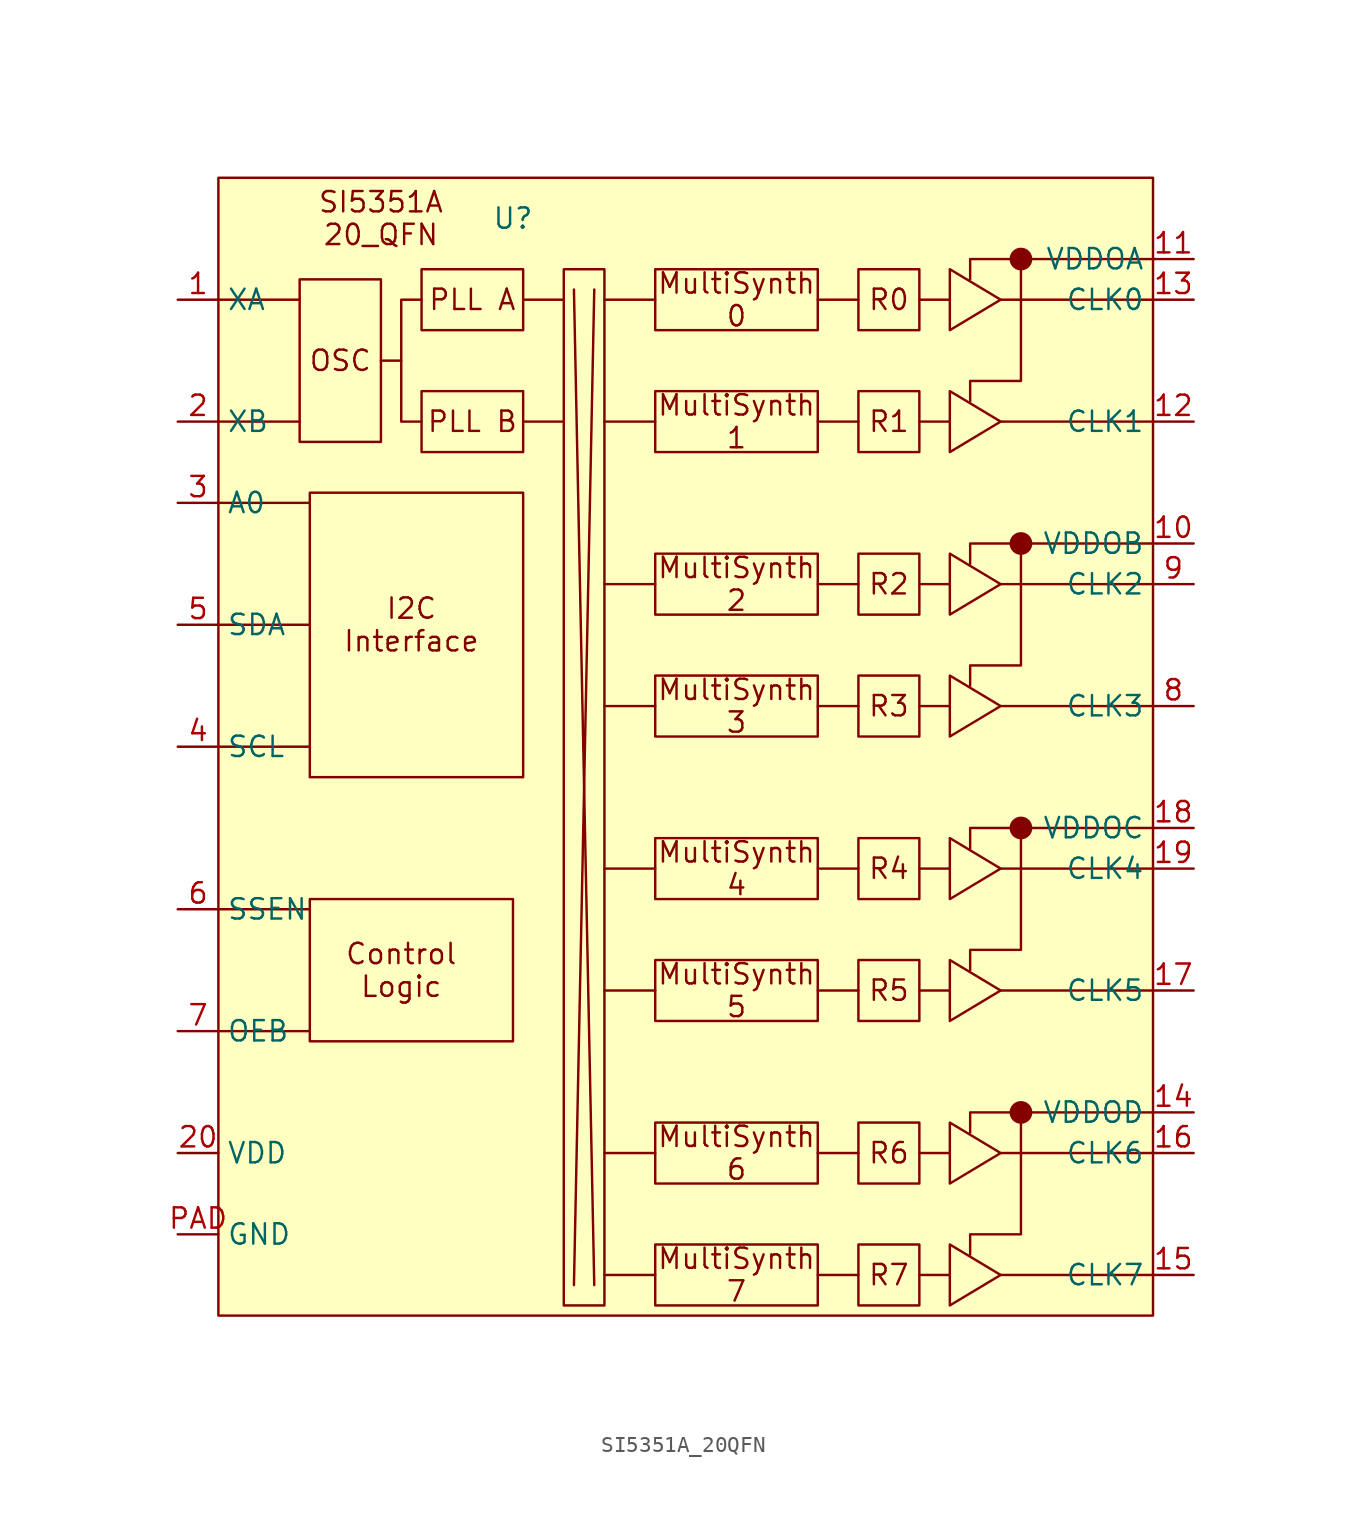
<source format=kicad_sym>
(kicad_symbol_lib
  (version 20220914)
  (generator kicad_symbol_editor)
  (symbol "SI5351A_20QFN"
    (property "Reference" "U"
      (at -4.445 10.16 0)
      (effects (font (size 1.27 1.27))))
    (symbol "SI5351A_20QFN_0_1"
      (polyline (pts (xy 24.13 -46.99) (xy 24.13 -45.72) (xy 35.56 -45.72)) (stroke (width 0) (type default)) (fill (type none)))
      (polyline (pts (xy 24.13 -29.21) (xy 24.13 -27.94) (xy 35.56 -27.94)) (stroke (width 0) (type default)) (fill (type none)))
      (polyline (pts (xy 24.13 -11.43) (xy 24.13 -10.16) (xy 35.56 -10.16)) (stroke (width 0) (type default)) (fill (type none)))
      (polyline (pts (xy 24.13 6.35) (xy 24.13 7.62) (xy 35.56 7.62)) (stroke (width 0) (type default)) (fill (type none)))
      (polyline (pts (xy -10.16 5.08) (xy -11.43 5.08) (xy -11.43 -2.54) (xy -10.16 -2.54)) (stroke (width 0) (type default)) (fill (type none)))
      (polyline (pts (xy 27.305 -45.72) (xy 27.305 -53.34) (xy 24.13 -53.34) (xy 24.13 -54.61)) (stroke (width 0) (type default)) (fill (type none)))
      (polyline (pts (xy 27.305 -27.94) (xy 27.305 -35.56) (xy 24.13 -35.56) (xy 24.13 -36.83)) (stroke (width 0) (type default)) (fill (type none)))
      (polyline (pts (xy 27.305 -10.16) (xy 27.305 -17.78) (xy 24.13 -17.78) (xy 24.13 -19.05)) (stroke (width 0) (type default)) (fill (type none)))
      (polyline (pts (xy 27.305 7.62) (xy 27.305 0) (xy 24.13 0) (xy 24.13 -1.27)) (stroke (width 0) (type default)) (fill (type none))))
    (symbol "SI5351A_20QFN_1_1"
      (rectangle (start -22.86 12.7) (end 35.56 -58.42) (stroke (width 0) (type default)) (fill (type background)))
      (rectangle (start -17.78 6.35) (end -12.7 -3.81) (stroke (width 0) (type default)) (fill (type none)))
      (rectangle (start -17.145 -32.385) (end -4.445 -41.275) (stroke (width 0) (type default)) (fill (type none)))
      (rectangle (start -17.145 -6.985) (end -3.81 -24.765) (stroke (width 0) (type default)) (fill (type none)))
      (rectangle (start -10.16 -0.635) (end -3.81 -4.445) (stroke (width 0) (type default)) (fill (type none)))
      (rectangle (start -10.16 6.985) (end -3.81 3.175) (stroke (width 0) (type default)) (fill (type none)))
      (rectangle (start -1.27 6.985) (end 1.27 -57.785) (stroke (width 0) (type default)) (fill (type none)))
      (polyline (pts (xy -22.86 -40.64) (xy -17.145 -40.64)) (stroke (width 0) (type default)) (fill (type none)))
      (polyline (pts (xy -22.86 -33.02) (xy -17.145 -33.02)) (stroke (width 0) (type default)) (fill (type none)))
      (polyline (pts (xy -22.86 -22.86) (xy -17.145 -22.86)) (stroke (width 0) (type default)) (fill (type none)))
      (polyline (pts (xy -22.86 -15.24) (xy -17.145 -15.24)) (stroke (width 0) (type default)) (fill (type none)))
      (polyline (pts (xy -22.86 -7.62) (xy -17.145 -7.62)) (stroke (width 0) (type default)) (fill (type none)))
      (polyline (pts (xy -17.78 -2.54) (xy -22.86 -2.54)) (stroke (width 0) (type default)) (fill (type none)))
      (polyline (pts (xy -17.78 5.08) (xy -22.86 5.08)) (stroke (width 0) (type default)) (fill (type none)))
      (polyline (pts (xy -12.7 1.27) (xy -11.43 1.27)) (stroke (width 0) (type default)) (fill (type none)))
      (polyline (pts (xy -3.81 -2.54) (xy -1.27 -2.54)) (stroke (width 0) (type default)) (fill (type none)))
      (polyline (pts (xy -3.81 5.08) (xy -1.27 5.08)) (stroke (width 0) (type default)) (fill (type none)))
      (polyline (pts (xy -0.635 -56.515) (xy 0.635 5.715)) (stroke (width 0) (type default)) (fill (type none)))
      (polyline (pts (xy -0.635 5.715) (xy 0.635 -56.515)) (stroke (width 0) (type default)) (fill (type none)))
      (polyline (pts (xy 1.27 -55.88) (xy 4.445 -55.88)) (stroke (width 0) (type default)) (fill (type none)))
      (polyline (pts (xy 1.27 -48.26) (xy 4.445 -48.26)) (stroke (width 0) (type default)) (fill (type none)))
      (polyline (pts (xy 1.27 -38.1) (xy 4.445 -38.1)) (stroke (width 0) (type default)) (fill (type none)))
      (polyline (pts (xy 1.27 -30.48) (xy 4.445 -30.48)) (stroke (width 0) (type default)) (fill (type none)))
      (polyline (pts (xy 1.27 -20.32) (xy 4.445 -20.32)) (stroke (width 0) (type default)) (fill (type none)))
      (polyline (pts (xy 1.27 -12.7) (xy 4.445 -12.7)) (stroke (width 0) (type default)) (fill (type none)))
      (polyline (pts (xy 1.27 -2.54) (xy 4.445 -2.54)) (stroke (width 0) (type default)) (fill (type none)))
      (polyline (pts (xy 1.27 5.08) (xy 4.445 5.08)) (stroke (width 0) (type default)) (fill (type none)))
      (polyline (pts (xy 17.145 -55.88) (xy 14.605 -55.88)) (stroke (width 0) (type default)) (fill (type none)))
      (polyline (pts (xy 17.145 -48.26) (xy 14.605 -48.26)) (stroke (width 0) (type default)) (fill (type none)))
      (polyline (pts (xy 17.145 -38.1) (xy 14.605 -38.1)) (stroke (width 0) (type default)) (fill (type none)))
      (polyline (pts (xy 17.145 -30.48) (xy 14.605 -30.48)) (stroke (width 0) (type default)) (fill (type none)))
      (polyline (pts (xy 17.145 -20.32) (xy 14.605 -20.32)) (stroke (width 0) (type default)) (fill (type none)))
      (polyline (pts (xy 17.145 -12.7) (xy 14.605 -12.7)) (stroke (width 0) (type default)) (fill (type none)))
      (polyline (pts (xy 17.145 -2.54) (xy 14.605 -2.54)) (stroke (width 0) (type default)) (fill (type none)))
      (polyline (pts (xy 17.145 5.08) (xy 14.605 5.08)) (stroke (width 0) (type default)) (fill (type none)))
      (polyline (pts (xy 20.955 -55.88) (xy 22.86 -55.88)) (stroke (width 0) (type default)) (fill (type none)))
      (polyline (pts (xy 20.955 -48.26) (xy 22.86 -48.26)) (stroke (width 0) (type default)) (fill (type none)))
      (polyline (pts (xy 20.955 -38.1) (xy 22.86 -38.1)) (stroke (width 0) (type default)) (fill (type none)))
      (polyline (pts (xy 20.955 -30.48) (xy 22.86 -30.48)) (stroke (width 0) (type default)) (fill (type none)))
      (polyline (pts (xy 20.955 -20.32) (xy 22.86 -20.32)) (stroke (width 0) (type default)) (fill (type none)))
      (polyline (pts (xy 20.955 -12.7) (xy 22.86 -12.7)) (stroke (width 0) (type default)) (fill (type none)))
      (polyline (pts (xy 20.955 -2.54) (xy 22.86 -2.54)) (stroke (width 0) (type default)) (fill (type none)))
      (polyline (pts (xy 20.955 5.08) (xy 22.86 5.08)) (stroke (width 0) (type default)) (fill (type none)))
      (polyline (pts (xy 35.56 -55.88) (xy 26.035 -55.88)) (stroke (width 0) (type default)) (fill (type none)))
      (polyline (pts (xy 35.56 -48.26) (xy 26.035 -48.26)) (stroke (width 0) (type default)) (fill (type none)))
      (polyline (pts (xy 35.56 -38.1) (xy 26.035 -38.1)) (stroke (width 0) (type default)) (fill (type none)))
      (polyline (pts (xy 35.56 -30.48) (xy 26.035 -30.48)) (stroke (width 0) (type default)) (fill (type none)))
      (polyline (pts (xy 35.56 -20.32) (xy 26.035 -20.32)) (stroke (width 0) (type default)) (fill (type none)))
      (polyline (pts (xy 35.56 -12.7) (xy 26.035 -12.7)) (stroke (width 0) (type default)) (fill (type none)))
      (polyline (pts (xy 35.56 -2.54) (xy 26.035 -2.54)) (stroke (width 0) (type default)) (fill (type none)))
      (polyline (pts (xy 35.56 5.08) (xy 26.035 5.08)) (stroke (width 0) (type default)) (fill (type none)))
      (polyline (pts (xy 22.86 -53.975) (xy 22.86 -57.785) (xy 26.035 -55.88) (xy 22.86 -53.975)) (stroke (width 0) (type default)) (fill (type none)))
      (polyline (pts (xy 22.86 -46.355) (xy 22.86 -50.165) (xy 26.035 -48.26) (xy 22.86 -46.355)) (stroke (width 0) (type default)) (fill (type none)))
      (polyline (pts (xy 22.86 -36.195) (xy 22.86 -40.005) (xy 26.035 -38.1) (xy 22.86 -36.195)) (stroke (width 0) (type default)) (fill (type none)))
      (polyline (pts (xy 22.86 -28.575) (xy 22.86 -32.385) (xy 26.035 -30.48) (xy 22.86 -28.575)) (stroke (width 0) (type default)) (fill (type none)))
      (polyline (pts (xy 22.86 -18.415) (xy 22.86 -22.225) (xy 26.035 -20.32) (xy 22.86 -18.415)) (stroke (width 0) (type default)) (fill (type none)))
      (polyline (pts (xy 22.86 -10.795) (xy 22.86 -14.605) (xy 26.035 -12.7) (xy 22.86 -10.795)) (stroke (width 0) (type default)) (fill (type none)))
      (polyline (pts (xy 22.86 -0.635) (xy 22.86 -4.445) (xy 26.035 -2.54) (xy 22.86 -0.635)) (stroke (width 0) (type default)) (fill (type none)))
      (polyline (pts (xy 22.86 6.985) (xy 22.86 3.175) (xy 26.035 5.08) (xy 22.86 6.985)) (stroke (width 0) (type default)) (fill (type none)))
      (rectangle (start 4.445 -53.975) (end 14.605 -57.785) (stroke (width 0) (type default)) (fill (type none)))
      (rectangle (start 4.445 -46.355) (end 14.605 -50.165) (stroke (width 0) (type default)) (fill (type none)))
      (rectangle (start 4.445 -36.195) (end 14.605 -40.005) (stroke (width 0) (type default)) (fill (type none)))
      (rectangle (start 4.445 -28.575) (end 14.605 -32.385) (stroke (width 0) (type default)) (fill (type none)))
      (rectangle (start 4.445 -18.415) (end 14.605 -22.225) (stroke (width 0) (type default)) (fill (type none)))
      (rectangle (start 4.445 -10.795) (end 14.605 -14.605) (stroke (width 0) (type default)) (fill (type none)))
      (rectangle (start 4.445 -0.635) (end 14.605 -4.445) (stroke (width 0) (type default)) (fill (type none)))
      (rectangle (start 4.445 6.985) (end 14.605 3.175) (stroke (width 0) (type default)) (fill (type none)))
      (rectangle (start 17.145 -53.975) (end 20.955 -57.785) (stroke (width 0) (type default)) (fill (type none)))
      (rectangle (start 17.145 -46.355) (end 20.955 -50.165) (stroke (width 0) (type default)) (fill (type none)))
      (rectangle (start 17.145 -36.195) (end 20.955 -40.005) (stroke (width 0) (type default)) (fill (type none)))
      (rectangle (start 17.145 -28.575) (end 20.955 -32.385) (stroke (width 0) (type default)) (fill (type none)))
      (rectangle (start 17.145 -18.415) (end 20.955 -22.225) (stroke (width 0) (type default)) (fill (type none)))
      (rectangle (start 17.145 -10.795) (end 20.955 -14.605) (stroke (width 0) (type default)) (fill (type none)))
      (rectangle (start 17.145 -0.635) (end 20.955 -4.445) (stroke (width 0) (type default)) (fill (type none)))
      (rectangle (start 17.145 6.985) (end 20.955 3.175) (stroke (width 0) (type default)) (fill (type none)))
      (circle (center 27.305 -45.72) (radius 0.635) (stroke (width 0) (type default)) (fill (type outline)))
      (circle (center 27.305 -27.94) (radius 0.635) (stroke (width 0) (type default)) (fill (type outline)))
      (circle (center 27.305 -10.16) (radius 0.635) (stroke (width 0) (type default)) (fill (type outline)))
      (circle (center 27.305 7.62) (radius 0.635) (stroke (width 0) (type default)) (fill (type outline)))
      (text "Control\nLogic" (at -11.43 -36.83 0) (effects (font (size 1.27 1.27))))
      (text "I2C\nInterface" (at -10.795 -15.24 0) (effects (font (size 1.27 1.27))))
      (text "MultiSynth\n0" (at 9.525 5.08 0) (effects (font (size 1.27 1.27))))
      (text "MultiSynth\n1" (at 9.525 -2.54 0) (effects (font (size 1.27 1.27))))
      (text "MultiSynth\n2" (at 9.525 -12.7 0) (effects (font (size 1.27 1.27))))
      (text "MultiSynth\n3" (at 9.525 -20.32 0) (effects (font (size 1.27 1.27))))
      (text "MultiSynth\n4" (at 9.525 -30.48 0) (effects (font (size 1.27 1.27))))
      (text "MultiSynth\n5" (at 9.525 -38.1 0) (effects (font (size 1.27 1.27))))
      (text "MultiSynth\n6" (at 9.525 -48.26 0) (effects (font (size 1.27 1.27))))
      (text "MultiSynth\n7" (at 9.525 -55.88 0) (effects (font (size 1.27 1.27))))
      (text "OSC" (at -15.24 1.27 0) (effects (font (size 1.27 1.27))))
      (text "PLL A" (at -6.985 5.08 0) (effects (font (size 1.27 1.27))))
      (text "PLL B" (at -6.985 -2.54 0) (effects (font (size 1.27 1.27))))
      (text "R0" (at 19.05 5.08 0) (effects (font (size 1.27 1.27))))
      (text "R1" (at 19.05 -2.54 0) (effects (font (size 1.27 1.27))))
      (text "R2" (at 19.05 -12.7 0) (effects (font (size 1.27 1.27))))
      (text "R3" (at 19.05 -20.32 0) (effects (font (size 1.27 1.27))))
      (text "R4" (at 19.05 -30.48 0) (effects (font (size 1.27 1.27))))
      (text "R5" (at 19.05 -38.1 0) (effects (font (size 1.27 1.27))))
      (text "R6" (at 19.05 -48.26 0) (effects (font (size 1.27 1.27))))
      (text "R7" (at 19.05 -55.88 0) (effects (font (size 1.27 1.27))))
      (text "SI5351A\n20_QFN" (at -12.7 10.16 0) (effects (font (size 1.27 1.27))))
      (pin input line (at -25.4 5.08 0) (length 2.54) (name "XA" (effects (font (size 1.27 1.27)))) (number "1" (effects (font (size 1.27 1.27)))))
      (pin input line (at 38.1 -10.16 180) (length 2.54) (name "VDDOB" (effects (font (size 1.27 1.27)))) (number "10" (effects (font (size 1.27 1.27)))))
      (pin input line (at 38.1 7.62 180) (length 2.54) (name "VDDOA" (effects (font (size 1.27 1.27)))) (number "11" (effects (font (size 1.27 1.27)))))
      (pin input line (at 38.1 -2.54 180) (length 2.54) (name "CLK1" (effects (font (size 1.27 1.27)))) (number "12" (effects (font (size 1.27 1.27)))))
      (pin input line (at 38.1 5.08 180) (length 2.54) (name "CLK0" (effects (font (size 1.27 1.27)))) (number "13" (effects (font (size 1.27 1.27)))))
      (pin input line (at 38.1 -45.72 180) (length 2.54) (name "VDDOD" (effects (font (size 1.27 1.27)))) (number "14" (effects (font (size 1.27 1.27)))))
      (pin input line (at 38.1 -55.88 180) (length 2.54) (name "CLK7" (effects (font (size 1.27 1.27)))) (number "15" (effects (font (size 1.27 1.27)))))
      (pin input line (at 38.1 -48.26 180) (length 2.54) (name "CLK6" (effects (font (size 1.27 1.27)))) (number "16" (effects (font (size 1.27 1.27)))))
      (pin input line (at 38.1 -38.1 180) (length 2.54) (name "CLK5" (effects (font (size 1.27 1.27)))) (number "17" (effects (font (size 1.27 1.27)))))
      (pin input line (at 38.1 -27.94 180) (length 2.54) (name "VDDOC" (effects (font (size 1.27 1.27)))) (number "18" (effects (font (size 1.27 1.27)))))
      (pin input line (at 38.1 -30.48 180) (length 2.54) (name "CLK4" (effects (font (size 1.27 1.27)))) (number "19" (effects (font (size 1.27 1.27)))))
      (pin input line (at -25.4 -2.54 0) (length 2.54) (name "XB" (effects (font (size 1.27 1.27)))) (number "2" (effects (font (size 1.27 1.27)))))
      (pin input line (at -25.4 -48.26 0) (length 2.54) (name "VDD" (effects (font (size 1.27 1.27)))) (number "20" (effects (font (size 1.27 1.27)))))
      (pin input line (at -25.4 -7.62 0) (length 2.54) (name "A0" (effects (font (size 1.27 1.27)))) (number "3" (effects (font (size 1.27 1.27)))))
      (pin input line (at -25.4 -22.86 0) (length 2.54) (name "SCL" (effects (font (size 1.27 1.27)))) (number "4" (effects (font (size 1.27 1.27)))))
      (pin input line (at -25.4 -15.24 0) (length 2.54) (name "SDA" (effects (font (size 1.27 1.27)))) (number "5" (effects (font (size 1.27 1.27)))))
      (pin input line (at -25.4 -33.02 0) (length 2.54) (name "SSEN" (effects (font (size 1.27 1.27)))) (number "6" (effects (font (size 1.27 1.27)))))
      (pin input line (at -25.4 -40.64 0) (length 2.54) (name "OEB" (effects (font (size 1.27 1.27)))) (number "7" (effects (font (size 1.27 1.27)))))
      (pin input line (at 38.1 -20.32 180) (length 2.54) (name "CLK3" (effects (font (size 1.27 1.27)))) (number "8" (effects (font (size 1.27 1.27)))))
      (pin input line (at 38.1 -12.7 180) (length 2.54) (name "CLK2" (effects (font (size 1.27 1.27)))) (number "9" (effects (font (size 1.27 1.27)))))
      (pin input line (at -25.4 -53.34 0) (length 2.54) (name "GND" (effects (font (size 1.27 1.27)))) (number "PAD" (effects (font (size 1.27 1.27))))))))
</source>
